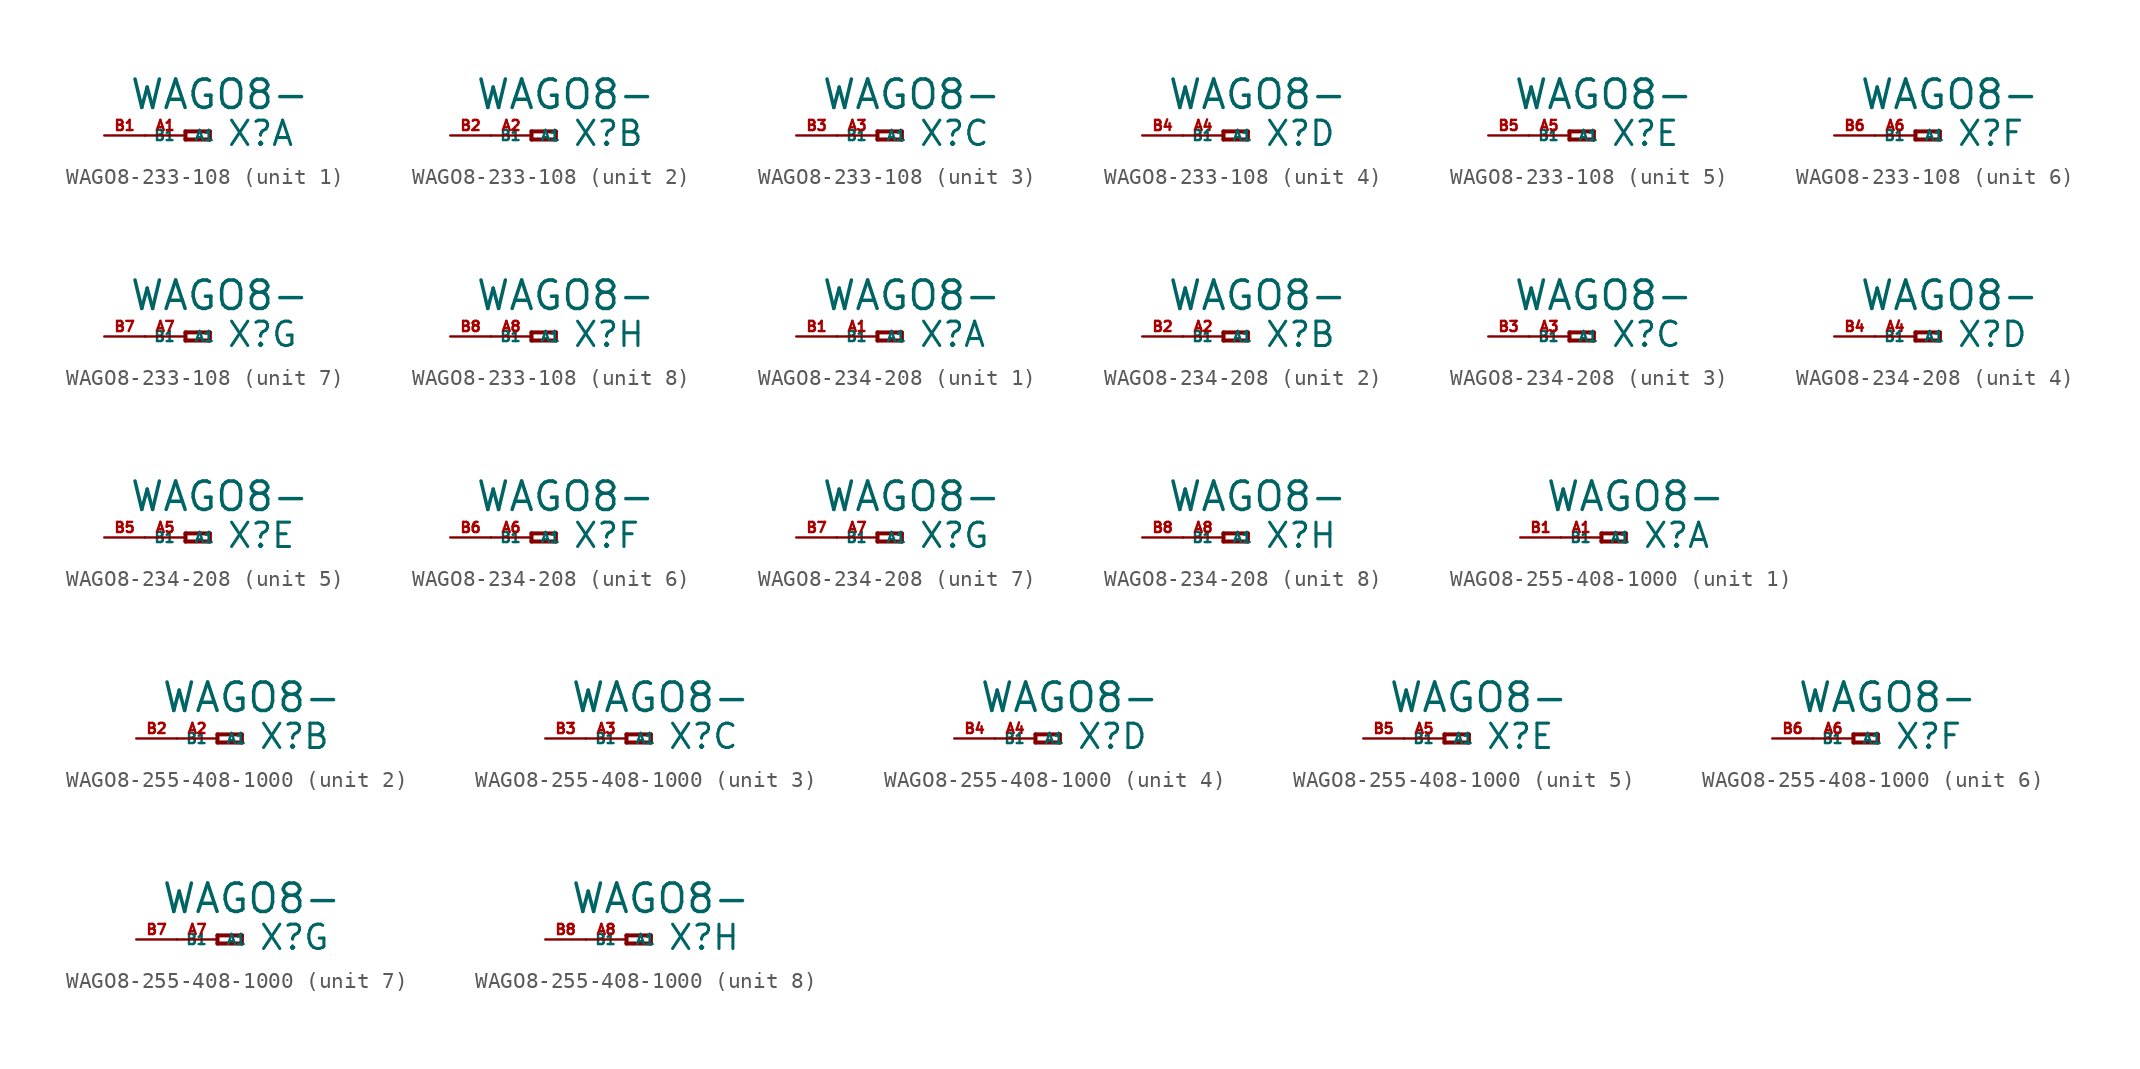
<source format=kicad_sym>
(kicad_symbol_lib
  (version 20220914)
  (generator Eagle2Kicad)
  (symbol "WAGO8-233-108"
    (property "Reference" "X"
      (at 2.54 -0.762 0)
      (effects (font (size 1.524 1.524) (thickness 0.19)) (justify left bottom)))
    (property "Value" "WAGO8-"
      (at -3.556 1.524 0)
      (effects (font (size 1.778 1.778) (thickness 0.22)) (justify left bottom)))
    (symbol "WAGO8-233-108_1_0"
      (polyline (pts (xy 0 0.254) (xy 0 -0.254)) (stroke (width 0.254) (type default)) (fill (type none)))
      (polyline (pts (xy 0 -0.254) (xy 1.524 -0.254)) (stroke (width 0.254) (type default)) (fill (type none)))
      (polyline (pts (xy 1.524 -0.254) (xy 1.524 0.254)) (stroke (width 0.254) (type default)) (fill (type none)))
      (polyline (pts (xy 1.524 0.254) (xy 0 0.254)) (stroke (width 0.254) (type default)) (fill (type none)))
      (pin passive line (at -2.54 0 0) (length 2.54) (name "A1" (effects (font (size 0.635 0.635) (thickness 0.08)) (justify left bottom))) (number "A1" (effects (font (size 0.635 0.635) (thickness 0.08)) (justify left bottom))))
      (pin passive line (at -5.08 0 0) (length 2.54) (name "B1" (effects (font (size 0.635 0.635) (thickness 0.08)) (justify left bottom))) (number "B1" (effects (font (size 0.635 0.635) (thickness 0.08)) (justify left bottom)))))
    (symbol "WAGO8-233-108_2_0"
      (polyline (pts (xy 0 0.254) (xy 0 -0.254)) (stroke (width 0.254) (type default)) (fill (type none)))
      (polyline (pts (xy 0 -0.254) (xy 1.524 -0.254)) (stroke (width 0.254) (type default)) (fill (type none)))
      (polyline (pts (xy 1.524 -0.254) (xy 1.524 0.254)) (stroke (width 0.254) (type default)) (fill (type none)))
      (polyline (pts (xy 1.524 0.254) (xy 0 0.254)) (stroke (width 0.254) (type default)) (fill (type none)))
      (pin passive line (at -2.54 0 0) (length 2.54) (name "A1" (effects (font (size 0.635 0.635) (thickness 0.08)) (justify left bottom))) (number "A2" (effects (font (size 0.635 0.635) (thickness 0.08)) (justify left bottom))))
      (pin passive line (at -5.08 0 0) (length 2.54) (name "B1" (effects (font (size 0.635 0.635) (thickness 0.08)) (justify left bottom))) (number "B2" (effects (font (size 0.635 0.635) (thickness 0.08)) (justify left bottom)))))
    (symbol "WAGO8-233-108_3_0"
      (polyline (pts (xy 0 0.254) (xy 0 -0.254)) (stroke (width 0.254) (type default)) (fill (type none)))
      (polyline (pts (xy 0 -0.254) (xy 1.524 -0.254)) (stroke (width 0.254) (type default)) (fill (type none)))
      (polyline (pts (xy 1.524 -0.254) (xy 1.524 0.254)) (stroke (width 0.254) (type default)) (fill (type none)))
      (polyline (pts (xy 1.524 0.254) (xy 0 0.254)) (stroke (width 0.254) (type default)) (fill (type none)))
      (pin passive line (at -2.54 0 0) (length 2.54) (name "A1" (effects (font (size 0.635 0.635) (thickness 0.08)) (justify left bottom))) (number "A3" (effects (font (size 0.635 0.635) (thickness 0.08)) (justify left bottom))))
      (pin passive line (at -5.08 0 0) (length 2.54) (name "B1" (effects (font (size 0.635 0.635) (thickness 0.08)) (justify left bottom))) (number "B3" (effects (font (size 0.635 0.635) (thickness 0.08)) (justify left bottom)))))
    (symbol "WAGO8-233-108_4_0"
      (polyline (pts (xy 0 0.254) (xy 0 -0.254)) (stroke (width 0.254) (type default)) (fill (type none)))
      (polyline (pts (xy 0 -0.254) (xy 1.524 -0.254)) (stroke (width 0.254) (type default)) (fill (type none)))
      (polyline (pts (xy 1.524 -0.254) (xy 1.524 0.254)) (stroke (width 0.254) (type default)) (fill (type none)))
      (polyline (pts (xy 1.524 0.254) (xy 0 0.254)) (stroke (width 0.254) (type default)) (fill (type none)))
      (pin passive line (at -2.54 0 0) (length 2.54) (name "A1" (effects (font (size 0.635 0.635) (thickness 0.08)) (justify left bottom))) (number "A4" (effects (font (size 0.635 0.635) (thickness 0.08)) (justify left bottom))))
      (pin passive line (at -5.08 0 0) (length 2.54) (name "B1" (effects (font (size 0.635 0.635) (thickness 0.08)) (justify left bottom))) (number "B4" (effects (font (size 0.635 0.635) (thickness 0.08)) (justify left bottom)))))
    (symbol "WAGO8-233-108_5_0"
      (polyline (pts (xy 0 0.254) (xy 0 -0.254)) (stroke (width 0.254) (type default)) (fill (type none)))
      (polyline (pts (xy 0 -0.254) (xy 1.524 -0.254)) (stroke (width 0.254) (type default)) (fill (type none)))
      (polyline (pts (xy 1.524 -0.254) (xy 1.524 0.254)) (stroke (width 0.254) (type default)) (fill (type none)))
      (polyline (pts (xy 1.524 0.254) (xy 0 0.254)) (stroke (width 0.254) (type default)) (fill (type none)))
      (pin passive line (at -2.54 0 0) (length 2.54) (name "A1" (effects (font (size 0.635 0.635) (thickness 0.08)) (justify left bottom))) (number "A5" (effects (font (size 0.635 0.635) (thickness 0.08)) (justify left bottom))))
      (pin passive line (at -5.08 0 0) (length 2.54) (name "B1" (effects (font (size 0.635 0.635) (thickness 0.08)) (justify left bottom))) (number "B5" (effects (font (size 0.635 0.635) (thickness 0.08)) (justify left bottom)))))
    (symbol "WAGO8-233-108_6_0"
      (polyline (pts (xy 0 0.254) (xy 0 -0.254)) (stroke (width 0.254) (type default)) (fill (type none)))
      (polyline (pts (xy 0 -0.254) (xy 1.524 -0.254)) (stroke (width 0.254) (type default)) (fill (type none)))
      (polyline (pts (xy 1.524 -0.254) (xy 1.524 0.254)) (stroke (width 0.254) (type default)) (fill (type none)))
      (polyline (pts (xy 1.524 0.254) (xy 0 0.254)) (stroke (width 0.254) (type default)) (fill (type none)))
      (pin passive line (at -2.54 0 0) (length 2.54) (name "A1" (effects (font (size 0.635 0.635) (thickness 0.08)) (justify left bottom))) (number "A6" (effects (font (size 0.635 0.635) (thickness 0.08)) (justify left bottom))))
      (pin passive line (at -5.08 0 0) (length 2.54) (name "B1" (effects (font (size 0.635 0.635) (thickness 0.08)) (justify left bottom))) (number "B6" (effects (font (size 0.635 0.635) (thickness 0.08)) (justify left bottom)))))
    (symbol "WAGO8-233-108_7_0"
      (polyline (pts (xy 0 0.254) (xy 0 -0.254)) (stroke (width 0.254) (type default)) (fill (type none)))
      (polyline (pts (xy 0 -0.254) (xy 1.524 -0.254)) (stroke (width 0.254) (type default)) (fill (type none)))
      (polyline (pts (xy 1.524 -0.254) (xy 1.524 0.254)) (stroke (width 0.254) (type default)) (fill (type none)))
      (polyline (pts (xy 1.524 0.254) (xy 0 0.254)) (stroke (width 0.254) (type default)) (fill (type none)))
      (pin passive line (at -2.54 0 0) (length 2.54) (name "A1" (effects (font (size 0.635 0.635) (thickness 0.08)) (justify left bottom))) (number "A7" (effects (font (size 0.635 0.635) (thickness 0.08)) (justify left bottom))))
      (pin passive line (at -5.08 0 0) (length 2.54) (name "B1" (effects (font (size 0.635 0.635) (thickness 0.08)) (justify left bottom))) (number "B7" (effects (font (size 0.635 0.635) (thickness 0.08)) (justify left bottom)))))
    (symbol "WAGO8-233-108_8_0"
      (polyline (pts (xy 0 0.254) (xy 0 -0.254)) (stroke (width 0.254) (type default)) (fill (type none)))
      (polyline (pts (xy 0 -0.254) (xy 1.524 -0.254)) (stroke (width 0.254) (type default)) (fill (type none)))
      (polyline (pts (xy 1.524 -0.254) (xy 1.524 0.254)) (stroke (width 0.254) (type default)) (fill (type none)))
      (polyline (pts (xy 1.524 0.254) (xy 0 0.254)) (stroke (width 0.254) (type default)) (fill (type none)))
      (pin passive line (at -2.54 0 0) (length 2.54) (name "A1" (effects (font (size 0.635 0.635) (thickness 0.08)) (justify left bottom))) (number "A8" (effects (font (size 0.635 0.635) (thickness 0.08)) (justify left bottom))))
      (pin passive line (at -5.08 0 0) (length 2.54) (name "B1" (effects (font (size 0.635 0.635) (thickness 0.08)) (justify left bottom))) (number "B8" (effects (font (size 0.635 0.635) (thickness 0.08)) (justify left bottom))))))
  (symbol "WAGO8-234-208"
    (property "Reference" "X"
      (at 2.54 -0.762 0)
      (effects (font (size 1.524 1.524) (thickness 0.19)) (justify left bottom)))
    (property "Value" "WAGO8-"
      (at -3.556 1.524 0)
      (effects (font (size 1.778 1.778) (thickness 0.22)) (justify left bottom)))
    (symbol "WAGO8-234-208_1_0"
      (polyline (pts (xy 0 0.254) (xy 0 -0.254)) (stroke (width 0.254) (type default)) (fill (type none)))
      (polyline (pts (xy 0 -0.254) (xy 1.524 -0.254)) (stroke (width 0.254) (type default)) (fill (type none)))
      (polyline (pts (xy 1.524 -0.254) (xy 1.524 0.254)) (stroke (width 0.254) (type default)) (fill (type none)))
      (polyline (pts (xy 1.524 0.254) (xy 0 0.254)) (stroke (width 0.254) (type default)) (fill (type none)))
      (pin passive line (at -2.54 0 0) (length 2.54) (name "A1" (effects (font (size 0.635 0.635) (thickness 0.08)) (justify left bottom))) (number "A1" (effects (font (size 0.635 0.635) (thickness 0.08)) (justify left bottom))))
      (pin passive line (at -5.08 0 0) (length 2.54) (name "B1" (effects (font (size 0.635 0.635) (thickness 0.08)) (justify left bottom))) (number "B1" (effects (font (size 0.635 0.635) (thickness 0.08)) (justify left bottom)))))
    (symbol "WAGO8-234-208_2_0"
      (polyline (pts (xy 0 0.254) (xy 0 -0.254)) (stroke (width 0.254) (type default)) (fill (type none)))
      (polyline (pts (xy 0 -0.254) (xy 1.524 -0.254)) (stroke (width 0.254) (type default)) (fill (type none)))
      (polyline (pts (xy 1.524 -0.254) (xy 1.524 0.254)) (stroke (width 0.254) (type default)) (fill (type none)))
      (polyline (pts (xy 1.524 0.254) (xy 0 0.254)) (stroke (width 0.254) (type default)) (fill (type none)))
      (pin passive line (at -2.54 0 0) (length 2.54) (name "A1" (effects (font (size 0.635 0.635) (thickness 0.08)) (justify left bottom))) (number "A2" (effects (font (size 0.635 0.635) (thickness 0.08)) (justify left bottom))))
      (pin passive line (at -5.08 0 0) (length 2.54) (name "B1" (effects (font (size 0.635 0.635) (thickness 0.08)) (justify left bottom))) (number "B2" (effects (font (size 0.635 0.635) (thickness 0.08)) (justify left bottom)))))
    (symbol "WAGO8-234-208_3_0"
      (polyline (pts (xy 0 0.254) (xy 0 -0.254)) (stroke (width 0.254) (type default)) (fill (type none)))
      (polyline (pts (xy 0 -0.254) (xy 1.524 -0.254)) (stroke (width 0.254) (type default)) (fill (type none)))
      (polyline (pts (xy 1.524 -0.254) (xy 1.524 0.254)) (stroke (width 0.254) (type default)) (fill (type none)))
      (polyline (pts (xy 1.524 0.254) (xy 0 0.254)) (stroke (width 0.254) (type default)) (fill (type none)))
      (pin passive line (at -2.54 0 0) (length 2.54) (name "A1" (effects (font (size 0.635 0.635) (thickness 0.08)) (justify left bottom))) (number "A3" (effects (font (size 0.635 0.635) (thickness 0.08)) (justify left bottom))))
      (pin passive line (at -5.08 0 0) (length 2.54) (name "B1" (effects (font (size 0.635 0.635) (thickness 0.08)) (justify left bottom))) (number "B3" (effects (font (size 0.635 0.635) (thickness 0.08)) (justify left bottom)))))
    (symbol "WAGO8-234-208_4_0"
      (polyline (pts (xy 0 0.254) (xy 0 -0.254)) (stroke (width 0.254) (type default)) (fill (type none)))
      (polyline (pts (xy 0 -0.254) (xy 1.524 -0.254)) (stroke (width 0.254) (type default)) (fill (type none)))
      (polyline (pts (xy 1.524 -0.254) (xy 1.524 0.254)) (stroke (width 0.254) (type default)) (fill (type none)))
      (polyline (pts (xy 1.524 0.254) (xy 0 0.254)) (stroke (width 0.254) (type default)) (fill (type none)))
      (pin passive line (at -2.54 0 0) (length 2.54) (name "A1" (effects (font (size 0.635 0.635) (thickness 0.08)) (justify left bottom))) (number "A4" (effects (font (size 0.635 0.635) (thickness 0.08)) (justify left bottom))))
      (pin passive line (at -5.08 0 0) (length 2.54) (name "B1" (effects (font (size 0.635 0.635) (thickness 0.08)) (justify left bottom))) (number "B4" (effects (font (size 0.635 0.635) (thickness 0.08)) (justify left bottom)))))
    (symbol "WAGO8-234-208_5_0"
      (polyline (pts (xy 0 0.254) (xy 0 -0.254)) (stroke (width 0.254) (type default)) (fill (type none)))
      (polyline (pts (xy 0 -0.254) (xy 1.524 -0.254)) (stroke (width 0.254) (type default)) (fill (type none)))
      (polyline (pts (xy 1.524 -0.254) (xy 1.524 0.254)) (stroke (width 0.254) (type default)) (fill (type none)))
      (polyline (pts (xy 1.524 0.254) (xy 0 0.254)) (stroke (width 0.254) (type default)) (fill (type none)))
      (pin passive line (at -2.54 0 0) (length 2.54) (name "A1" (effects (font (size 0.635 0.635) (thickness 0.08)) (justify left bottom))) (number "A5" (effects (font (size 0.635 0.635) (thickness 0.08)) (justify left bottom))))
      (pin passive line (at -5.08 0 0) (length 2.54) (name "B1" (effects (font (size 0.635 0.635) (thickness 0.08)) (justify left bottom))) (number "B5" (effects (font (size 0.635 0.635) (thickness 0.08)) (justify left bottom)))))
    (symbol "WAGO8-234-208_6_0"
      (polyline (pts (xy 0 0.254) (xy 0 -0.254)) (stroke (width 0.254) (type default)) (fill (type none)))
      (polyline (pts (xy 0 -0.254) (xy 1.524 -0.254)) (stroke (width 0.254) (type default)) (fill (type none)))
      (polyline (pts (xy 1.524 -0.254) (xy 1.524 0.254)) (stroke (width 0.254) (type default)) (fill (type none)))
      (polyline (pts (xy 1.524 0.254) (xy 0 0.254)) (stroke (width 0.254) (type default)) (fill (type none)))
      (pin passive line (at -2.54 0 0) (length 2.54) (name "A1" (effects (font (size 0.635 0.635) (thickness 0.08)) (justify left bottom))) (number "A6" (effects (font (size 0.635 0.635) (thickness 0.08)) (justify left bottom))))
      (pin passive line (at -5.08 0 0) (length 2.54) (name "B1" (effects (font (size 0.635 0.635) (thickness 0.08)) (justify left bottom))) (number "B6" (effects (font (size 0.635 0.635) (thickness 0.08)) (justify left bottom)))))
    (symbol "WAGO8-234-208_7_0"
      (polyline (pts (xy 0 0.254) (xy 0 -0.254)) (stroke (width 0.254) (type default)) (fill (type none)))
      (polyline (pts (xy 0 -0.254) (xy 1.524 -0.254)) (stroke (width 0.254) (type default)) (fill (type none)))
      (polyline (pts (xy 1.524 -0.254) (xy 1.524 0.254)) (stroke (width 0.254) (type default)) (fill (type none)))
      (polyline (pts (xy 1.524 0.254) (xy 0 0.254)) (stroke (width 0.254) (type default)) (fill (type none)))
      (pin passive line (at -2.54 0 0) (length 2.54) (name "A1" (effects (font (size 0.635 0.635) (thickness 0.08)) (justify left bottom))) (number "A7" (effects (font (size 0.635 0.635) (thickness 0.08)) (justify left bottom))))
      (pin passive line (at -5.08 0 0) (length 2.54) (name "B1" (effects (font (size 0.635 0.635) (thickness 0.08)) (justify left bottom))) (number "B7" (effects (font (size 0.635 0.635) (thickness 0.08)) (justify left bottom)))))
    (symbol "WAGO8-234-208_8_0"
      (polyline (pts (xy 0 0.254) (xy 0 -0.254)) (stroke (width 0.254) (type default)) (fill (type none)))
      (polyline (pts (xy 0 -0.254) (xy 1.524 -0.254)) (stroke (width 0.254) (type default)) (fill (type none)))
      (polyline (pts (xy 1.524 -0.254) (xy 1.524 0.254)) (stroke (width 0.254) (type default)) (fill (type none)))
      (polyline (pts (xy 1.524 0.254) (xy 0 0.254)) (stroke (width 0.254) (type default)) (fill (type none)))
      (pin passive line (at -2.54 0 0) (length 2.54) (name "A1" (effects (font (size 0.635 0.635) (thickness 0.08)) (justify left bottom))) (number "A8" (effects (font (size 0.635 0.635) (thickness 0.08)) (justify left bottom))))
      (pin passive line (at -5.08 0 0) (length 2.54) (name "B1" (effects (font (size 0.635 0.635) (thickness 0.08)) (justify left bottom))) (number "B8" (effects (font (size 0.635 0.635) (thickness 0.08)) (justify left bottom))))))
  (symbol "WAGO8-255-408-1000"
    (property "Reference" "X"
      (at 2.54 -0.762 0)
      (effects (font (size 1.524 1.524) (thickness 0.19)) (justify left bottom)))
    (property "Value" "WAGO8-"
      (at -3.556 1.524 0)
      (effects (font (size 1.778 1.778) (thickness 0.22)) (justify left bottom)))
    (symbol "WAGO8-255-408-1000_1_0"
      (polyline (pts (xy 0 0.254) (xy 0 -0.254)) (stroke (width 0.254) (type default)) (fill (type none)))
      (polyline (pts (xy 0 -0.254) (xy 1.524 -0.254)) (stroke (width 0.254) (type default)) (fill (type none)))
      (polyline (pts (xy 1.524 -0.254) (xy 1.524 0.254)) (stroke (width 0.254) (type default)) (fill (type none)))
      (polyline (pts (xy 1.524 0.254) (xy 0 0.254)) (stroke (width 0.254) (type default)) (fill (type none)))
      (pin passive line (at -2.54 0 0) (length 2.54) (name "A1" (effects (font (size 0.635 0.635) (thickness 0.08)) (justify left bottom))) (number "A1" (effects (font (size 0.635 0.635) (thickness 0.08)) (justify left bottom))))
      (pin passive line (at -5.08 0 0) (length 2.54) (name "B1" (effects (font (size 0.635 0.635) (thickness 0.08)) (justify left bottom))) (number "B1" (effects (font (size 0.635 0.635) (thickness 0.08)) (justify left bottom)))))
    (symbol "WAGO8-255-408-1000_2_0"
      (polyline (pts (xy 0 0.254) (xy 0 -0.254)) (stroke (width 0.254) (type default)) (fill (type none)))
      (polyline (pts (xy 0 -0.254) (xy 1.524 -0.254)) (stroke (width 0.254) (type default)) (fill (type none)))
      (polyline (pts (xy 1.524 -0.254) (xy 1.524 0.254)) (stroke (width 0.254) (type default)) (fill (type none)))
      (polyline (pts (xy 1.524 0.254) (xy 0 0.254)) (stroke (width 0.254) (type default)) (fill (type none)))
      (pin passive line (at -2.54 0 0) (length 2.54) (name "A1" (effects (font (size 0.635 0.635) (thickness 0.08)) (justify left bottom))) (number "A2" (effects (font (size 0.635 0.635) (thickness 0.08)) (justify left bottom))))
      (pin passive line (at -5.08 0 0) (length 2.54) (name "B1" (effects (font (size 0.635 0.635) (thickness 0.08)) (justify left bottom))) (number "B2" (effects (font (size 0.635 0.635) (thickness 0.08)) (justify left bottom)))))
    (symbol "WAGO8-255-408-1000_3_0"
      (polyline (pts (xy 0 0.254) (xy 0 -0.254)) (stroke (width 0.254) (type default)) (fill (type none)))
      (polyline (pts (xy 0 -0.254) (xy 1.524 -0.254)) (stroke (width 0.254) (type default)) (fill (type none)))
      (polyline (pts (xy 1.524 -0.254) (xy 1.524 0.254)) (stroke (width 0.254) (type default)) (fill (type none)))
      (polyline (pts (xy 1.524 0.254) (xy 0 0.254)) (stroke (width 0.254) (type default)) (fill (type none)))
      (pin passive line (at -2.54 0 0) (length 2.54) (name "A1" (effects (font (size 0.635 0.635) (thickness 0.08)) (justify left bottom))) (number "A3" (effects (font (size 0.635 0.635) (thickness 0.08)) (justify left bottom))))
      (pin passive line (at -5.08 0 0) (length 2.54) (name "B1" (effects (font (size 0.635 0.635) (thickness 0.08)) (justify left bottom))) (number "B3" (effects (font (size 0.635 0.635) (thickness 0.08)) (justify left bottom)))))
    (symbol "WAGO8-255-408-1000_4_0"
      (polyline (pts (xy 0 0.254) (xy 0 -0.254)) (stroke (width 0.254) (type default)) (fill (type none)))
      (polyline (pts (xy 0 -0.254) (xy 1.524 -0.254)) (stroke (width 0.254) (type default)) (fill (type none)))
      (polyline (pts (xy 1.524 -0.254) (xy 1.524 0.254)) (stroke (width 0.254) (type default)) (fill (type none)))
      (polyline (pts (xy 1.524 0.254) (xy 0 0.254)) (stroke (width 0.254) (type default)) (fill (type none)))
      (pin passive line (at -2.54 0 0) (length 2.54) (name "A1" (effects (font (size 0.635 0.635) (thickness 0.08)) (justify left bottom))) (number "A4" (effects (font (size 0.635 0.635) (thickness 0.08)) (justify left bottom))))
      (pin passive line (at -5.08 0 0) (length 2.54) (name "B1" (effects (font (size 0.635 0.635) (thickness 0.08)) (justify left bottom))) (number "B4" (effects (font (size 0.635 0.635) (thickness 0.08)) (justify left bottom)))))
    (symbol "WAGO8-255-408-1000_5_0"
      (polyline (pts (xy 0 0.254) (xy 0 -0.254)) (stroke (width 0.254) (type default)) (fill (type none)))
      (polyline (pts (xy 0 -0.254) (xy 1.524 -0.254)) (stroke (width 0.254) (type default)) (fill (type none)))
      (polyline (pts (xy 1.524 -0.254) (xy 1.524 0.254)) (stroke (width 0.254) (type default)) (fill (type none)))
      (polyline (pts (xy 1.524 0.254) (xy 0 0.254)) (stroke (width 0.254) (type default)) (fill (type none)))
      (pin passive line (at -2.54 0 0) (length 2.54) (name "A1" (effects (font (size 0.635 0.635) (thickness 0.08)) (justify left bottom))) (number "A5" (effects (font (size 0.635 0.635) (thickness 0.08)) (justify left bottom))))
      (pin passive line (at -5.08 0 0) (length 2.54) (name "B1" (effects (font (size 0.635 0.635) (thickness 0.08)) (justify left bottom))) (number "B5" (effects (font (size 0.635 0.635) (thickness 0.08)) (justify left bottom)))))
    (symbol "WAGO8-255-408-1000_6_0"
      (polyline (pts (xy 0 0.254) (xy 0 -0.254)) (stroke (width 0.254) (type default)) (fill (type none)))
      (polyline (pts (xy 0 -0.254) (xy 1.524 -0.254)) (stroke (width 0.254) (type default)) (fill (type none)))
      (polyline (pts (xy 1.524 -0.254) (xy 1.524 0.254)) (stroke (width 0.254) (type default)) (fill (type none)))
      (polyline (pts (xy 1.524 0.254) (xy 0 0.254)) (stroke (width 0.254) (type default)) (fill (type none)))
      (pin passive line (at -2.54 0 0) (length 2.54) (name "A1" (effects (font (size 0.635 0.635) (thickness 0.08)) (justify left bottom))) (number "A6" (effects (font (size 0.635 0.635) (thickness 0.08)) (justify left bottom))))
      (pin passive line (at -5.08 0 0) (length 2.54) (name "B1" (effects (font (size 0.635 0.635) (thickness 0.08)) (justify left bottom))) (number "B6" (effects (font (size 0.635 0.635) (thickness 0.08)) (justify left bottom)))))
    (symbol "WAGO8-255-408-1000_7_0"
      (polyline (pts (xy 0 0.254) (xy 0 -0.254)) (stroke (width 0.254) (type default)) (fill (type none)))
      (polyline (pts (xy 0 -0.254) (xy 1.524 -0.254)) (stroke (width 0.254) (type default)) (fill (type none)))
      (polyline (pts (xy 1.524 -0.254) (xy 1.524 0.254)) (stroke (width 0.254) (type default)) (fill (type none)))
      (polyline (pts (xy 1.524 0.254) (xy 0 0.254)) (stroke (width 0.254) (type default)) (fill (type none)))
      (pin passive line (at -2.54 0 0) (length 2.54) (name "A1" (effects (font (size 0.635 0.635) (thickness 0.08)) (justify left bottom))) (number "A7" (effects (font (size 0.635 0.635) (thickness 0.08)) (justify left bottom))))
      (pin passive line (at -5.08 0 0) (length 2.54) (name "B1" (effects (font (size 0.635 0.635) (thickness 0.08)) (justify left bottom))) (number "B7" (effects (font (size 0.635 0.635) (thickness 0.08)) (justify left bottom)))))
    (symbol "WAGO8-255-408-1000_8_0"
      (polyline (pts (xy 0 0.254) (xy 0 -0.254)) (stroke (width 0.254) (type default)) (fill (type none)))
      (polyline (pts (xy 0 -0.254) (xy 1.524 -0.254)) (stroke (width 0.254) (type default)) (fill (type none)))
      (polyline (pts (xy 1.524 -0.254) (xy 1.524 0.254)) (stroke (width 0.254) (type default)) (fill (type none)))
      (polyline (pts (xy 1.524 0.254) (xy 0 0.254)) (stroke (width 0.254) (type default)) (fill (type none)))
      (pin passive line (at -2.54 0 0) (length 2.54) (name "A1" (effects (font (size 0.635 0.635) (thickness 0.08)) (justify left bottom))) (number "A8" (effects (font (size 0.635 0.635) (thickness 0.08)) (justify left bottom))))
      (pin passive line (at -5.08 0 0) (length 2.54) (name "B1" (effects (font (size 0.635 0.635) (thickness 0.08)) (justify left bottom))) (number "B8" (effects (font (size 0.635 0.635) (thickness 0.08)) (justify left bottom)))))))
</source>
